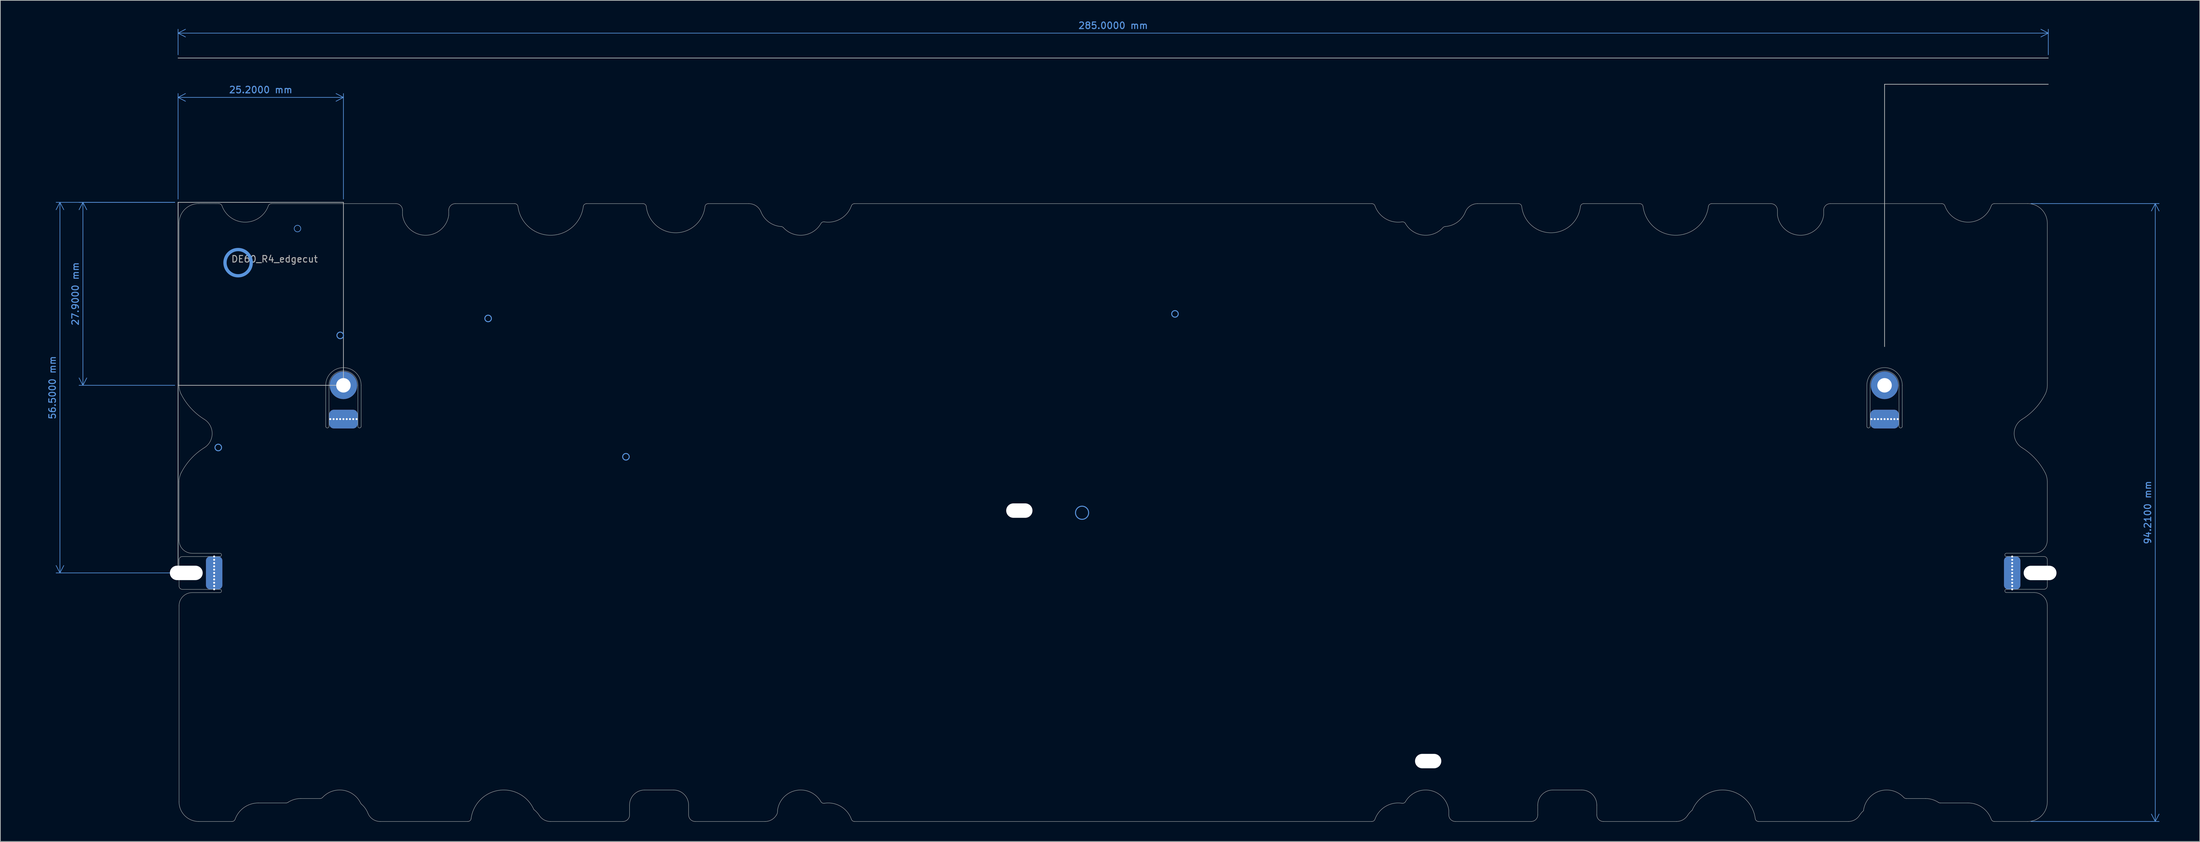
<source format=kicad_pcb>
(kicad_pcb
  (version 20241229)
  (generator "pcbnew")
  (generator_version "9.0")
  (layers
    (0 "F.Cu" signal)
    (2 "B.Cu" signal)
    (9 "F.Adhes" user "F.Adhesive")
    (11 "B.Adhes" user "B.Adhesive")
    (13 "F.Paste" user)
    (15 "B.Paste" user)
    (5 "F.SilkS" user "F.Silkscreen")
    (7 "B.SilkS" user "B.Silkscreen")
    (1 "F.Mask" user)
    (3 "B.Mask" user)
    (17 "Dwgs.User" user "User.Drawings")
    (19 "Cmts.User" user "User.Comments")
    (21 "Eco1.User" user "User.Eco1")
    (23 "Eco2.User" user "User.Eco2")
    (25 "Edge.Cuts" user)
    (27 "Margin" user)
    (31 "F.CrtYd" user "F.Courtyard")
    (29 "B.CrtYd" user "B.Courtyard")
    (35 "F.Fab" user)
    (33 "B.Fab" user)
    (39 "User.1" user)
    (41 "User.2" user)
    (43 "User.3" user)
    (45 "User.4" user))
  (footprint "DE60_R4_edgecut"
    (layer "F.Cu")
    (at 33.235 36.998)
    (property "Reference" "DE60_R4_edgecut" (at 5.55 -0.55 0) (unlocked yes) (layer "F.Fab") (effects (font (size 1 1) (thickness 0.15))))
    (fp_line (start -9.15 -31.2) (end 275.85 -31.2) (stroke (width 0.1) (type default)) (layer "Dwgs.User"))
    (fp_line (start -9.15 -9.2) (end -9.15 47.3) (stroke (width 0.1) (type default)) (layer "Dwgs.User"))
    (fp_line (start -9.15 18.7) (end -9.15 -9.2) (stroke (width 0.1) (type default)) (layer "Dwgs.User"))
    (fp_line (start -9.15 18.7) (end 16.05 18.7) (stroke (width 0.1) (type default)) (layer "Dwgs.User"))
    (fp_line (start 16.05 -9.2) (end -9.15 -9.2) (stroke (width 0.1) (type default)) (layer "Dwgs.User"))
    (fp_line (start 16.05 -9.2) (end 16.05 18.7) (stroke (width 0.1) (type default)) (layer "Dwgs.User"))
    (fp_line (start 250.9 -27.2) (end 250.9 12.8) (stroke (width 0.1) (type default)) (layer "Dwgs.User"))
    (fp_line (start 275.85 -27.2) (end 250.9 -27.2) (stroke (width 0.1) (type default)) (layer "Dwgs.User"))
    (fp_circle (center -3.023 28.179) (end -3.023 27.679) (stroke (width 0.15) (type default)) (fill no) (layer "Cmts.User"))
    (fp_circle (center 0 0) (end 2 0) (stroke (width 0.5) (type solid)) (fill no) (layer "Cmts.User"))
    (fp_circle (center 9.05 -5.2) (end 9.05 -5.7) (stroke (width 0.1) (type default)) (fill no) (layer "Cmts.User"))
    (fp_circle (center 15.56 11.085) (end 16.06 11.085) (stroke (width 0.15) (type default)) (fill no) (layer "Cmts.User"))
    (fp_circle (center 38.1 8.505) (end 38.6 8.505) (stroke (width 0.15) (type default)) (fill no) (layer "Cmts.User"))
    (fp_circle (center 59.102 29.595) (end 59.602 29.595) (stroke (width 0.15) (type default)) (fill no) (layer "Cmts.User"))
    (fp_circle (center 128.61 38.13) (end 129.61 38.13) (stroke (width 0.15) (type default)) (fill no) (layer "Cmts.User"))
    (fp_circle (center 142.768 7.809) (end 142.768 7.309) (stroke (width 0.15) (type default)) (fill no) (layer "Cmts.User"))
    (fp_line (start -9 33.4) (end -9 42.308) (stroke (width 0.05) (type solid)) (layer "Edge.Cuts"))
    (fp_line (start -9 45.308) (end -9 49.308) (stroke (width 0.05) (type solid)) (layer "Edge.Cuts"))
    (fp_line (start -9 -6.01) (end -9 18.7) (stroke (width 0.05) (type solid)) (layer "Edge.Cuts"))
    (fp_line (start -9 52.308) (end -9 82.2) (stroke (width 0.05) (type solid)) (layer "Edge.Cuts"))
    (fp_line (start -7 44.308) (end -2.775 44.308) (stroke (width 0.05) (type solid)) (layer "Edge.Cuts"))
    (fp_line (start -6 -9.01) (end -2.929 -9) (stroke (width 0.05) (type solid)) (layer "Edge.Cuts"))
    (fp_line (start -2.775 44.808) (end -8.5 44.808) (stroke (width 0.05) (type solid)) (layer "Edge.Cuts"))
    (fp_line (start -2.775 49.808) (end -8.5 49.808) (stroke (width 0.05) (type solid)) (layer "Edge.Cuts"))
    (fp_line (start -2.775 50.308) (end -7 50.308) (stroke (width 0.05) (type solid)) (layer "Edge.Cuts"))
    (fp_line (start -0.929 85.2) (end -6 85.2) (stroke (width 0.05) (type solid)) (layer "Edge.Cuts"))
    (fp_line (start 5.079 -9) (end 24.053 -9) (stroke (width 0.05) (type solid)) (layer "Edge.Cuts"))
    (fp_line (start 7.31 82.375) (end 3.075 82.375) (stroke (width 0.05) (type solid)) (layer "Edge.Cuts"))
    (fp_line (start 12.499 81.7) (end 9.549 81.7) (stroke (width 0.05) (type solid)) (layer "Edge.Cuts"))
    (fp_line (start 13.35 24.95) (end 13.35 18.7) (stroke (width 0.05) (type default)) (layer "Edge.Cuts"))
    (fp_line (start 13.85 18.7) (end 13.85 24.95) (stroke (width 0.05) (type default)) (layer "Edge.Cuts"))
    (fp_line (start 18.25 24.95) (end 18.25 18.7) (stroke (width 0.05) (type default)) (layer "Edge.Cuts"))
    (fp_line (start 18.75 18.7) (end 18.75 24.95) (stroke (width 0.05) (type default)) (layer "Edge.Cuts"))
    (fp_line (start 25.053 -8) (end 25.053 -7.25) (stroke (width 0.05) (type solid)) (layer "Edge.Cuts"))
    (fp_line (start 32.097 -8) (end 32.097 -7.25) (stroke (width 0.05) (type solid)) (layer "Edge.Cuts"))
    (fp_line (start 33.097 -9) (end 42.151 -9) (stroke (width 0.05) (type solid)) (layer "Edge.Cuts"))
    (fp_line (start 35.009 85.2) (end 21.639 85.2) (stroke (width 0.05) (type solid)) (layer "Edge.Cuts"))
    (fp_line (start 53.099 -9) (end 61.706 -9) (stroke (width 0.05) (type solid)) (layer "Edge.Cuts"))
    (fp_line (start 58.65 85.2) (end 47.582 85.2) (stroke (width 0.05) (type solid)) (layer "Edge.Cuts"))
    (fp_line (start 59.65 82.7) (end 59.65 84.2) (stroke (width 0.05) (type solid)) (layer "Edge.Cuts"))
    (fp_line (start 61.95 80.4) (end 66.35 80.4) (stroke (width 0.05) (type solid)) (layer "Edge.Cuts"))
    (fp_line (start 68.65 82.7) (end 68.65 84.2) (stroke (width 0.05) (type solid)) (layer "Edge.Cuts"))
    (fp_line (start 71.644 -9) (end 77.822 -9) (stroke (width 0.05) (type solid)) (layer "Edge.Cuts"))
    (fp_line (start 80.306 85.2) (end 69.65 85.2) (stroke (width 0.05) (type solid)) (layer "Edge.Cuts"))
    (fp_line (start 82.206 83.652) (end 82.206 83.466) (stroke (width 0.05) (type solid)) (layer "Edge.Cuts"))
    (fp_line (start 93.929 -9) (end 172.771 -9) (stroke (width 0.05) (type solid)) (layer "Edge.Cuts"))
    (fp_line (start 172.771 85.2) (end 93.929 85.2) (stroke (width 0.05) (type solid)) (layer "Edge.Cuts"))
    (fp_line (start 184.493 84.2) (end 184.493 83.466) (stroke (width 0.05) (type solid)) (layer "Edge.Cuts"))
    (fp_line (start 188.878 -9) (end 195.113 -9) (stroke (width 0.05) (type solid)) (layer "Edge.Cuts"))
    (fp_line (start 197.05 85.2) (end 185.493 85.2) (stroke (width 0.05) (type solid)) (layer "Edge.Cuts"))
    (fp_line (start 198.05 82.7) (end 198.05 84.2) (stroke (width 0.05) (type solid)) (layer "Edge.Cuts"))
    (fp_line (start 204.75 80.4) (end 200.35 80.4) (stroke (width 0.05) (type solid)) (layer "Edge.Cuts"))
    (fp_line (start 205.051 -9) (end 213.601 -9) (stroke (width 0.05) (type solid)) (layer "Edge.Cuts"))
    (fp_line (start 207.05 82.7) (end 207.05 84.2) (stroke (width 0.05) (type solid)) (layer "Edge.Cuts"))
    (fp_line (start 208.05 85.2) (end 219.195 85.2) (stroke (width 0.05) (type solid)) (layer "Edge.Cuts"))
    (fp_line (start 224.549 -9) (end 233.577 -9) (stroke (width 0.05) (type solid)) (layer "Edge.Cuts"))
    (fp_line (start 231.691 85.2) (end 245.387 85.2) (stroke (width 0.05) (type solid)) (layer "Edge.Cuts"))
    (fp_line (start 234.577 -8) (end 234.577 -7.25) (stroke (width 0.05) (type solid)) (layer "Edge.Cuts"))
    (fp_line (start 241.621 -8) (end 241.621 -7.25) (stroke (width 0.05) (type solid)) (layer "Edge.Cuts"))
    (fp_line (start 242.621 -9) (end 259.621 -9) (stroke (width 0.05) (type solid)) (layer "Edge.Cuts"))
    (fp_line (start 247.7 83.545) (end 247.7 83.466) (stroke (width 0.05) (type solid)) (layer "Edge.Cuts"))
    (fp_line (start 248.2 24.95) (end 248.2 18.7) (stroke (width 0.05) (type default)) (layer "Edge.Cuts"))
    (fp_line (start 248.7 18.7) (end 248.7 24.95) (stroke (width 0.05) (type default)) (layer "Edge.Cuts"))
    (fp_line (start 253.1 24.95) (end 253.1 18.7) (stroke (width 0.05) (type default)) (layer "Edge.Cuts"))
    (fp_line (start 253.6 18.7) (end 253.6 24.95) (stroke (width 0.05) (type default)) (layer "Edge.Cuts"))
    (fp_line (start 257.149 81.7) (end 254.201 81.7) (stroke (width 0.05) (type solid)) (layer "Edge.Cuts"))
    (fp_line (start 263.625 82.375) (end 259.389 82.375) (stroke (width 0.05) (type solid)) (layer "Edge.Cuts"))
    (fp_line (start 267.629 -9) (end 272.7 -9.01) (stroke (width 0.05) (type solid)) (layer "Edge.Cuts"))
    (fp_line (start 269.475 44.3) (end 273.7 44.3) (stroke (width 0.05) (type solid)) (layer "Edge.Cuts"))
    (fp_line (start 269.475 44.8) (end 275.2 44.8) (stroke (width 0.05) (type solid)) (layer "Edge.Cuts"))
    (fp_line (start 269.475 49.8) (end 275.2 49.8) (stroke (width 0.05) (type solid)) (layer "Edge.Cuts"))
    (fp_line (start 272.7 85.2) (end 267.629 85.2) (stroke (width 0.05) (type solid)) (layer "Edge.Cuts"))
    (fp_line (start 273.7 50.3) (end 269.475 50.3) (stroke (width 0.05) (type solid)) (layer "Edge.Cuts"))
    (fp_line (start 275.7 18.7) (end 275.7 -6.01) (stroke (width 0.05) (type default)) (layer "Edge.Cuts"))
    (fp_line (start 275.7 52.3) (end 275.7 82.2) (stroke (width 0.05) (type solid)) (layer "Edge.Cuts"))
    (fp_line (start 275.7 42.3) (end 275.7 33.4) (stroke (width 0.05) (type solid)) (layer "Edge.Cuts"))
    (fp_line (start 275.7 49.3) (end 275.7 45.3) (stroke (width 0.05) (type solid)) (layer "Edge.Cuts"))
    (fp_arc (start -9.000012 33.399905) (mid -8.915486 32.692802) (end -8.666682 32.025542) (stroke (width 0.05) (type solid)) (layer "Edge.Cuts"))
    (fp_arc (start -9.000007 45.308023) (mid -8.85356 44.95447) (end -8.500007 44.808023) (stroke (width 0.05) (type default)) (layer "Edge.Cuts"))
    (fp_arc (start -9.000006 -6.01) (mid -8.121325 -8.131319) (end -6.000006 -9.01) (stroke (width 0.05) (type solid)) (layer "Edge.Cuts"))
    (fp_arc (start -9.000006 52.308024) (mid -8.41422 50.89381) (end -7.000006 50.308024) (stroke (width 0.05) (type solid)) (layer "Edge.Cuts"))
    (fp_arc (start -8.666682 20.074459) (mid -8.915489 19.4072) (end -9.000012 18.700096) (stroke (width 0.05) (type solid)) (layer "Edge.Cuts"))
    (fp_arc (start -8.666682 32.025542) (mid -7.167457 29.882365) (end -5.152445 28.214851) (stroke (width 0.05) (type solid)) (layer "Edge.Cuts"))
    (fp_arc (start -8.500006 49.808024) (mid -8.853559 49.661577) (end -9.000006 49.308024) (stroke (width 0.05) (type default)) (layer "Edge.Cuts"))
    (fp_arc (start -7 44.308023) (mid -8.414214 43.722237) (end -9 42.308023) (stroke (width 0.05) (type solid)) (layer "Edge.Cuts"))
    (fp_arc (start -6.000012 85.200002) (mid -8.12133 84.321321) (end -9.000012 82.200002) (stroke (width 0.05) (type solid)) (layer "Edge.Cuts"))
    (fp_arc (start -5.152445 23.885149) (mid -7.167455 22.217633) (end -8.666682 20.074459) (stroke (width 0.05) (type solid)) (layer "Edge.Cuts"))
    (fp_arc (start -5.152445 23.885149) (mid -3.950007 26.05) (end -5.152445 28.214851) (stroke (width 0.05) (type solid)) (layer "Edge.Cuts"))
    (fp_arc (start -2.92938 -8.999999) (mid -2.641144 -8.908568) (end -2.458339 -8.66769) (stroke (width 0.05) (type solid)) (layer "Edge.Cuts"))
    (fp_arc (start -2.774936 49.808024) (mid -2.524936 50.058024) (end -2.774936 50.308024) (stroke (width 0.05) (type default)) (layer "Edge.Cuts"))
    (fp_arc (start -2.77493 44.308023) (mid -2.52493 44.558023) (end -2.77493 44.808023) (stroke (width 0.05) (type default)) (layer "Edge.Cuts"))
    (fp_arc (start -0.458319 84.867853) (mid -0.641139 85.108615) (end -0.929303 85.200002) (stroke (width 0.05) (type solid)) (layer "Edge.Cuts"))
    (fp_arc (start -0.458319 84.867853) (mid 0.913087 83.061411) (end 3.074764 82.374997) (stroke (width 0.05) (type solid)) (layer "Edge.Cuts"))
    (fp_arc (start 4.608336 -8.66769) (mid 1.074999 -6.175) (end -2.458339 -8.66769) (stroke (width 0.05) (type solid)) (layer "Edge.Cuts"))
    (fp_arc (start 4.608336 -8.66769) (mid 4.791139 -8.908572) (end 5.079377 -8.999999) (stroke (width 0.05) (type solid)) (layer "Edge.Cuts"))
    (fp_arc (start 7.586231 82.291665) (mid 7.454186 82.353723) (end 7.309847 82.374997) (stroke (width 0.05) (type solid)) (layer "Edge.Cuts"))
    (fp_arc (start 7.586231 82.291665) (mid 8.523769 81.851151) (end 9.548559 81.700004) (stroke (width 0.05) (type solid)) (layer "Edge.Cuts"))
    (fp_arc (start 12.866038 81.539363) (mid 12.699242 81.658099) (end 12.498839 81.700004) (stroke (width 0.05) (type solid)) (layer "Edge.Cuts"))
    (fp_arc (start 12.866038 81.539363) (mid 15.999883 80.435614) (end 18.677427 82.402848) (stroke (width 0.05) (type solid)) (layer "Edge.Cuts"))
    (fp_arc (start 13.350002 18.700312) (mid 16.050001 16.000313) (end 18.75 18.700312) (stroke (width 0.05) (type default)) (layer "Edge.Cuts"))
    (fp_arc (start 13.850001 18.700312) (mid 16.050001 16.500312) (end 18.250001 18.700312) (stroke (width 0.05) (type default)) (layer "Edge.Cuts"))
    (fp_arc (start 13.850001 24.949708) (mid 13.600001 25.199708) (end 13.350001 24.949708) (stroke (width 0.05) (type default)) (layer "Edge.Cuts"))
    (fp_arc (start 18.750001 24.949708) (mid 18.500001 25.199708) (end 18.250001 24.949708) (stroke (width 0.05) (type default)) (layer "Edge.Cuts"))
    (fp_arc (start 18.800812 82.563488) (mid 18.730898 82.489482) (end 18.677427 82.402848) (stroke (width 0.05) (type solid)) (layer "Edge.Cuts"))
    (fp_arc (start 18.800812 82.563488) (mid 19.374086 83.19265) (end 19.781421 83.940026) (stroke (width 0.05) (type solid)) (layer "Edge.Cuts"))
    (fp_arc (start 21.639475 85.200003) (mid 20.517007 84.855289) (end 19.781421 83.940026) (stroke (width 0.05) (type solid)) (layer "Edge.Cuts"))
    (fp_arc (start 24.052993 -8.999999) (mid 24.760055 -8.707088) (end 25.052993 -7.999999) (stroke (width 0.05) (type solid)) (layer "Edge.Cuts"))
    (fp_arc (start 32.097247 -7.999999) (mid 32.390123 -8.707138) (end 33.097247 -8.999999) (stroke (width 0.05) (type solid)) (layer "Edge.Cuts"))
    (fp_arc (start 32.097247 -7.249503) (mid 28.57512 -4.181) (end 25.052993 -7.249503) (stroke (width 0.05) (type solid)) (layer "Edge.Cuts"))
    (fp_arc (start 35.504689 84.764844) (mid 35.338749 85.075792) (end 35.008911 85.200003) (stroke (width 0.05) (type solid)) (layer "Edge.Cuts"))
    (fp_arc (start 35.504689 84.764844) (mid 39.760491 80.448985) (end 45.067226 83.377642) (stroke (width 0.05) (type solid)) (layer "Edge.Cuts"))
    (fp_arc (start 42.151013 -8.999999) (mid 42.481407 -8.875302) (end 42.64698 -8.563377) (stroke (width 0.05) (type solid)) (layer "Edge.Cuts"))
    (fp_arc (start 45.067226 83.377642) (mid 45.522914 83.794468) (end 45.900636 84.283056) (stroke (width 0.05) (type solid)) (layer "Edge.Cuts"))
    (fp_arc (start 47.582001 85.2) (mid 46.624435 84.955858) (end 45.900636 84.283056) (stroke (width 0.05) (type solid)) (layer "Edge.Cuts"))
    (fp_arc (start 52.603023 -8.563377) (mid 47.625002 -4.181001) (end 42.64698 -8.563377) (stroke (width 0.05) (type solid)) (layer "Edge.Cuts"))
    (fp_arc (start 52.603023 -8.563377) (mid 52.768592 -8.875304) (end 53.09899 -8.999999) (stroke (width 0.05) (type solid)) (layer "Edge.Cuts"))
    (fp_arc (start 59.649994 82.7) (mid 60.323654 81.073661) (end 61.949994 80.4) (stroke (width 0.05) (type solid)) (layer "Edge.Cuts"))
    (fp_arc (start 59.649994 84.200003) (mid 59.357106 84.907114) (end 58.649994 85.200003) (stroke (width 0.05) (type solid)) (layer "Edge.Cuts"))
    (fp_arc (start 61.705971 -8.999999) (mid 62.039274 -8.872669) (end 62.202874 -8.555565) (stroke (width 0.05) (type solid)) (layer "Edge.Cuts"))
    (fp_arc (start 66.349994 80.4) (mid 67.976358 81.073647) (end 68.649994 82.7) (stroke (width 0.05) (type solid)) (layer "Edge.Cuts"))
    (fp_arc (start 69.649994 85.200003) (mid 68.942905 84.907102) (end 68.649994 84.200003) (stroke (width 0.05) (type solid)) (layer "Edge.Cuts"))
    (fp_arc (start 71.147125 -8.555565) (mid 66.675 -4.555658) (end 62.202874 -8.555565) (stroke (width 0.05) (type solid)) (layer "Edge.Cuts"))
    (fp_arc (start 71.147125 -8.555565) (mid 71.310712 -8.872658) (end 71.644028 -8.999999) (stroke (width 0.05) (type solid)) (layer "Edge.Cuts"))
    (fp_arc (start 77.822403 -8.999999) (mid 78.944653 -8.655504) (end 79.680219 -7.740621) (stroke (width 0.05) (type solid)) (layer "Edge.Cuts"))
    (fp_arc (start 81.987819 84.283056) (mid 81.264031 84.955885) (end 80.306454 85.2) (stroke (width 0.05) (type solid)) (layer "Edge.Cuts"))
    (fp_arc (start 81.987819 84.283056) (mid 82.010709 84.247972) (end 82.034005 84.213156) (stroke (width 0.05) (type solid)) (layer "Edge.Cuts"))
    (fp_arc (start 82.206152 83.465503) (mid 85.048448 80.462596) (end 88.810044 82.179123) (stroke (width 0.05) (type solid)) (layer "Edge.Cuts"))
    (fp_arc (start 82.206152 83.652211) (mid 82.162151 83.945596) (end 82.034005 84.213156) (stroke (width 0.05) (type solid)) (layer "Edge.Cuts"))
    (fp_arc (start 82.754946 -5.509022) (mid 80.894549 -6.179732) (end 79.680219 -7.740621) (stroke (width 0.05) (type solid)) (layer "Edge.Cuts"))
    (fp_arc (start 82.754946 -5.509022) (mid 82.939828 -5.460521) (end 83.093011 -5.3462) (stroke (width 0.05) (type solid)) (layer "Edge.Cuts"))
    (fp_arc (start 88.814746 -5.976712) (mid 86.114661 -4.202393) (end 83.093011 -5.3462) (stroke (width 0.05) (type solid)) (layer "Edge.Cuts"))
    (fp_arc (start 88.814746 -5.976712) (mid 89.033276 -6.180232) (end 89.328825 -6.222847) (stroke (width 0.05) (type solid)) (layer "Edge.Cuts"))
    (fp_arc (start 89.323364 82.423292) (mid 89.028633 82.381246) (end 88.810044 82.179123) (stroke (width 0.05) (type solid)) (layer "Edge.Cuts"))
    (fp_arc (start 89.323364 82.423292) (mid 91.83324 82.89727) (end 93.458303 84.867852) (stroke (width 0.05) (type solid)) (layer "Edge.Cuts"))
    (fp_arc (start 93.45835 -8.667595) (mid 91.835952 -6.698023) (end 89.328825 -6.222847) (stroke (width 0.05) (type solid)) (layer "Edge.Cuts"))
    (fp_arc (start 93.45835 -8.667595) (mid 93.641141 -8.908563) (end 93.929425 -8.999999) (stroke (width 0.05) (type solid)) (layer "Edge.Cuts"))
    (fp_arc (start 93.929287 85.200003) (mid 93.641139 85.108602) (end 93.458303 84.867852) (stroke (width 0.05) (type solid)) (layer "Edge.Cuts"))
    (fp_arc (start 172.770575 -8.999999) (mid 173.058827 -8.908518) (end 173.24165 -8.667595) (stroke (width 0.05) (type solid)) (layer "Edge.Cuts"))
    (fp_arc (start 173.241685 84.867852) (mid 173.058865 85.108616) (end 172.7707 85.200003) (stroke (width 0.05) (type solid)) (layer "Edge.Cuts"))
    (fp_arc (start 173.241685 84.867852) (mid 174.866552 82.897439) (end 177.376107 82.423208) (stroke (width 0.05) (type solid)) (layer "Edge.Cuts"))
    (fp_arc (start 177.371951 -6.222972) (mid 174.86436 -6.697778) (end 173.24165 -8.667595) (stroke (width 0.05) (type solid)) (layer "Edge.Cuts"))
    (fp_arc (start 177.371951 -6.222972) (mid 177.667552 -6.18035) (end 177.886143 -5.976837) (stroke (width 0.05) (type solid)) (layer "Edge.Cuts"))
    (fp_arc (start 177.889351 82.17904) (mid 177.670794 82.38113) (end 177.376107 82.423208) (stroke (width 0.05) (type solid)) (layer "Edge.Cuts"))
    (fp_arc (start 177.889351 82.17904) (mid 181.650984 80.462547) (end 184.493195 83.465503) (stroke (width 0.05) (type solid)) (layer "Edge.Cuts"))
    (fp_arc (start 183.608001 -5.346258) (mid 180.586261 -4.202386) (end 177.886143 -5.976837) (stroke (width 0.05) (type solid)) (layer "Edge.Cuts"))
    (fp_arc (start 183.608001 -5.346258) (mid 183.761124 -5.46057) (end 183.945947 -5.50908) (stroke (width 0.05) (type solid)) (layer "Edge.Cuts"))
    (fp_arc (start 185.493195 85.200003) (mid 184.786105 84.907103) (end 184.493195 84.200003) (stroke (width 0.05) (type solid)) (layer "Edge.Cuts"))
    (fp_arc (start 187.019781 -7.740621) (mid 185.805817 -6.180005) (end 183.945947 -5.50908) (stroke (width 0.05) (type solid)) (layer "Edge.Cuts"))
    (fp_arc (start 187.019781 -7.740621) (mid 187.755372 -8.655484) (end 188.877597 -8.999999) (stroke (width 0.05) (type solid)) (layer "Edge.Cuts"))
    (fp_arc (start 195.113382 -8.999999) (mid 195.446678 -8.872665) (end 195.610285 -8.555565) (stroke (width 0.05) (type solid)) (layer "Edge.Cuts"))
    (fp_arc (start 198.049994 82.7) (mid 198.723654 81.073661) (end 200.349994 80.4) (stroke (width 0.05) (type solid)) (layer "Edge.Cuts"))
    (fp_arc (start 198.049994 84.200003) (mid 197.757106 84.907114) (end 197.049994 85.200003) (stroke (width 0.05) (type solid)) (layer "Edge.Cuts"))
    (fp_arc (start 204.554536 -8.555565) (mid 200.082411 -4.555658) (end 195.610285 -8.555565) (stroke (width 0.05) (type solid)) (layer "Edge.Cuts"))
    (fp_arc (start 204.554536 -8.555565) (mid 204.718124 -8.872654) (end 205.051439 -8.999999) (stroke (width 0.05) (type solid)) (layer "Edge.Cuts"))
    (fp_arc (start 204.749994 80.4) (mid 206.376358 81.073647) (end 207.049994 82.7) (stroke (width 0.05) (type solid)) (layer "Edge.Cuts"))
    (fp_arc (start 208.049994 85.200003) (mid 207.342905 84.907102) (end 207.049994 84.200003) (stroke (width 0.05) (type solid)) (layer "Edge.Cuts"))
    (fp_arc (start 213.60101 -8.999999) (mid 213.931406 -8.875303) (end 214.096977 -8.563377) (stroke (width 0.05) (type solid)) (layer "Edge.Cuts"))
    (fp_arc (start 220.876098 84.283058) (mid 220.152308 84.955879) (end 219.194732 85.200003) (stroke (width 0.05) (type solid)) (layer "Edge.Cuts"))
    (fp_arc (start 220.876098 84.283058) (mid 221.203423 83.850399) (end 221.592049 83.471841) (stroke (width 0.05) (type solid)) (layer "Edge.Cuts"))
    (fp_arc (start 221.592049 83.471841) (mid 226.888694 80.441891) (end 231.195299 84.764844) (stroke (width 0.05) (type solid)) (layer "Edge.Cuts"))
    (fp_arc (start 224.05302 -8.563377) (mid 219.074999 -4.181001) (end 214.096977 -8.563377) (stroke (width 0.05) (type solid)) (layer "Edge.Cuts"))
    (fp_arc (start 224.05302 -8.563377) (mid 224.218589 -8.875306) (end 224.548987 -8.999999) (stroke (width 0.05) (type solid)) (layer "Edge.Cuts"))
    (fp_arc (start 231.691076 85.200003) (mid 231.361269 85.075768) (end 231.195299 84.764844) (stroke (width 0.05) (type solid)) (layer "Edge.Cuts"))
    (fp_arc (start 233.576873 -8.999999) (mid 234.283948 -8.707095) (end 234.576873 -7.999999) (stroke (width 0.05) (type solid)) (layer "Edge.Cuts"))
    (fp_arc (start 241.621128 -7.999999) (mid 241.914003 -8.707145) (end 242.621128 -8.999999) (stroke (width 0.05) (type solid)) (layer "Edge.Cuts"))
    (fp_arc (start 241.621128 -7.249503) (mid 238.099001 -4.181001) (end 234.576873 -7.249503) (stroke (width 0.05) (type solid)) (layer "Edge.Cuts"))
    (fp_arc (start 247.068598 84.283058) (mid 246.344808 84.955879) (end 245.387232 85.200003) (stroke (width 0.05) (type solid)) (layer "Edge.Cuts"))
    (fp_arc (start 247.068598 84.283058) (mid 247.359249 83.892608) (end 247.699916 83.544937) (stroke (width 0.05) (type solid)) (layer "Edge.Cuts"))
    (fp_arc (start 247.699916 83.465503) (mid 250.156795 80.560311) (end 253.83344 81.539504) (stroke (width 0.05) (type solid)) (layer "Edge.Cuts"))
    (fp_arc (start 248.200002 18.700312) (mid 250.900001 16.000313) (end 253.6 18.700312) (stroke (width 0.05) (type default)) (layer "Edge.Cuts"))
    (fp_arc (start 248.700001 18.700312) (mid 250.900001 16.500312) (end 253.100001 18.700312) (stroke (width 0.05) (type default)) (layer "Edge.Cuts"))
    (fp_arc (start 248.700001 24.949708) (mid 248.450001 25.199708) (end 248.200001 24.949708) (stroke (width 0.05) (type default)) (layer "Edge.Cuts"))
    (fp_arc (start 253.600001 24.949708) (mid 253.350001 25.199708) (end 253.100001 24.949708) (stroke (width 0.05) (type default)) (layer "Edge.Cuts"))
    (fp_arc (start 254.200605 81.700164) (mid 254.000208 81.658249) (end 253.83344 81.539504) (stroke (width 0.05) (type solid)) (layer "Edge.Cuts"))
    (fp_arc (start 257.149111 81.700467) (mid 258.174505 81.85152) (end 259.112784 82.291843) (stroke (width 0.05) (type solid)) (layer "Edge.Cuts"))
    (fp_arc (start 259.3889 82.374997) (mid 259.244719 82.353753) (end 259.112784 82.291843) (stroke (width 0.05) (type solid)) (layer "Edge.Cuts"))
    (fp_arc (start 259.620623 -8.999999) (mid 259.908857 -8.908567) (end 260.091664 -8.66769) (stroke (width 0.05) (type solid)) (layer "Edge.Cuts"))
    (fp_arc (start 263.624988 82.374997) (mid 265.786784 83.061377) (end 267.158305 84.867866) (stroke (width 0.05) (type solid)) (layer "Edge.Cuts"))
    (fp_arc (start 267.158339 -8.66769) (mid 263.625002 -6.175) (end 260.091664 -8.66769) (stroke (width 0.05) (type solid)) (layer "Edge.Cuts"))
    (fp_arc (start 267.158339 -8.66769) (mid 267.341142 -8.908571) (end 267.62938 -8.999999) (stroke (width 0.05) (type solid)) (layer "Edge.Cuts"))
    (fp_arc (start 267.629284 85.200002) (mid 267.341144 85.108604) (end 267.158305 84.867866) (stroke (width 0.05) (type solid)) (layer "Edge.Cuts"))
    (fp_arc (start 269.47493 50.300001) (mid 269.22493 50.050001) (end 269.47493 49.800001) (stroke (width 0.05) (type default)) (layer "Edge.Cuts"))
    (fp_arc (start 269.474936 44.8) (mid 269.224936 44.55) (end 269.474936 44.3) (stroke (width 0.05) (type default)) (layer "Edge.Cuts"))
    (fp_arc (start 271.852433 28.214851) (mid 270.650019 26.050009) (end 271.852433 23.885149) (stroke (width 0.05) (type solid)) (layer "Edge.Cuts"))
    (fp_arc (start 271.852433 28.214851) (mid 273.867446 29.882366) (end 275.366669 32.025542) (stroke (width 0.05) (type solid)) (layer "Edge.Cuts"))
    (fp_arc (start 272.700006 -9.01) (mid 274.821297 -8.131291) (end 275.700006 -6.01) (stroke (width 0.05) (type solid)) (layer "Edge.Cuts"))
    (fp_arc (start 273.7 50.300001) (mid 275.114214 50.885787) (end 275.7 52.300001) (stroke (width 0.05) (type solid)) (layer "Edge.Cuts"))
    (fp_arc (start 275.200006 44.8) (mid 275.553559 44.946447) (end 275.700006 45.3) (stroke (width 0.05) (type default)) (layer "Edge.Cuts"))
    (fp_arc (start 275.366669 20.074459) (mid 273.867447 22.217638) (end 271.852433 23.885149) (stroke (width 0.05) (type solid)) (layer "Edge.Cuts"))
    (fp_arc (start 275.366669 32.025542) (mid 275.615481 32.692801) (end 275.7 33.399905) (stroke (width 0.05) (type solid)) (layer "Edge.Cuts"))
    (fp_arc (start 275.7 18.700096) (mid 275.615482 19.407202) (end 275.366669 20.074459) (stroke (width 0.05) (type solid)) (layer "Edge.Cuts"))
    (fp_arc (start 275.7 82.200002) (mid 274.821326 84.32133) (end 272.7 85.200002) (stroke (width 0.05) (type solid)) (layer "Edge.Cuts"))
    (fp_arc (start 275.700006 42.3) (mid 275.11422 43.714214) (end 273.700006 44.3) (stroke (width 0.05) (type solid)) (layer "Edge.Cuts"))
    (fp_arc (start 275.700007 49.300001) (mid 275.55356 49.653554) (end 275.200007 49.800001) (stroke (width 0.05) (type default)) (layer "Edge.Cuts"))
    (fp_line (start -3.65 49.8) (end -3.65 44.8) (stroke (width 0.12) (type solid)) (layer "User.2"))
    (fp_line (start 14.05 23.85) (end 18.05 23.85) (stroke (width 0.12) (type solid)) (layer "User.2"))
    (fp_line (start 248.9 23.85) (end 252.9 23.85) (stroke (width 0.12) (type solid)) (layer "User.2"))
    (fp_line (start 270.35 44.808) (end 270.35 49.808) (stroke (width 0.12) (type solid)) (layer "User.2"))
    (dimension (type aligned) (layer "Cmts.User") (pts (xy 24.085 27.799) (xy 24.085 84.299)) (height 18) (format (prefix "") (suffix "") (units 3) (units_format 1) (precision 4)) (style (thickness 0.1) (arrow_length 1.27) (text_position_mode 0) (arrow_direction outward) (extension_height 0.586) (extension_offset 0.5) (keep_text_aligned yes)) (gr_text "56.5000 mm" (at 4.935 56.049 90) (layer "Cmts.User") (effects (font (size 1 1) (thickness 0.15)))))
    (dimension (type aligned) (layer "Cmts.User") (pts (xy 309.085 5.799) (xy 24.085 5.799)) (height 3.8) (format (prefix "") (suffix "") (units 3) (units_format 1) (precision 4)) (style (thickness 0.1) (arrow_length 1.27) (text_position_mode 0) (arrow_direction outward) (extension_height 0.586) (extension_offset 0.5) (keep_text_aligned yes)) (gr_text "285.0000 mm" (at 166.585 0.848 0) (layer "Cmts.User") (effects (font (size 1 1) (thickness 0.15)))))
    (dimension (type aligned) (layer "Cmts.User") (pts (xy 24.085 27.799) (xy 24.085 55.699)) (height 14.5) (format (prefix "") (suffix "") (units 3) (units_format 1) (precision 4)) (style (thickness 0.1) (arrow_length 1.27) (text_position_mode 0) (arrow_direction outward) (extension_height 0.586) (extension_offset 0.5) (keep_text_aligned yes)) (gr_text "27.9000 mm" (at 8.435 41.749 90) (layer "Cmts.User") (effects (font (size 1 1) (thickness 0.15)))))
    (dimension (type aligned) (layer "Cmts.User") (pts (xy 24.085 27.799) (xy 49.285 27.799)) (height -16) (format (prefix "") (suffix "") (units 3) (units_format 1) (precision 4)) (style (thickness 0.1) (arrow_length 1.27) (text_position_mode 0) (arrow_direction outward) (extension_height 0.586) (extension_offset 0.5) (keep_text_aligned yes)) (gr_text "25.2000 mm" (at 36.685 10.649 0) (layer "Cmts.User") (effects (font (size 1 1) (thickness 0.15)))))
    (dimension (type aligned) (layer "Cmts.User") (pts (xy 305.935 27.988) (xy 305.935 122.198)) (height -19.451) (format (prefix "") (suffix "") (units 3) (units_format 1) (precision 4)) (style (thickness 0.1) (arrow_length 1.27) (text_position_mode 0) (arrow_direction outward) (extension_height 0.586) (extension_offset 0.5) (keep_text_aligned yes)) (gr_text "94.2100 mm" (at 324.236 75.093 90) (layer "Cmts.User") (effects (font (size 1 1) (thickness 0.15)))))
    (pad "" np_thru_hole oval (at -7.9 47.3 180) (size 5 2.2) (drill oval 5 2.2) (layers "*.Cu" "*.Mask"))
    (pad "" np_thru_hole circle (at -3.65 44.8 90) (size 0.3 0.3) (drill 0.3) (layers "*.Cu" "*.Mask"))
    (pad "" np_thru_hole circle (at -3.65 45.3 90) (size 0.3 0.3) (drill 0.3) (layers "*.Cu" "*.Mask"))
    (pad "" np_thru_hole circle (at -3.65 45.8 90) (size 0.3 0.3) (drill 0.3) (layers "*.Cu" "*.Mask"))
    (pad "" np_thru_hole circle (at -3.65 46.3 90) (size 0.3 0.3) (drill 0.3) (layers "*.Cu" "*.Mask"))
    (pad "" np_thru_hole circle (at -3.65 46.8 90) (size 0.3 0.3) (drill 0.3) (layers "*.Cu" "*.Mask"))
    (pad "" np_thru_hole circle (at -3.65 47.3 90) (size 0.3 0.3) (drill 0.3) (layers "*.Cu" "*.Mask"))
    (pad "" smd roundrect (at -3.65 47.3 270) (size 5 2.5) (layers "F.Cu" "F.Mask") (roundrect_rratio 0.25))
    (pad "" smd roundrect (at -3.65 47.3 90) (size 5 2.5) (layers "B.Cu" "B.Mask") (roundrect_rratio 0.25))
    (pad "" np_thru_hole circle (at -3.65 47.8 90) (size 0.3 0.3) (drill 0.3) (layers "*.Cu" "*.Mask"))
    (pad "" np_thru_hole circle (at -3.65 48.3 90) (size 0.3 0.3) (drill 0.3) (layers "*.Cu" "*.Mask"))
    (pad "" np_thru_hole circle (at -3.65 48.8 90) (size 0.3 0.3) (drill 0.3) (layers "*.Cu" "*.Mask"))
    (pad "" np_thru_hole circle (at -3.65 49.3 90) (size 0.3 0.3) (drill 0.3) (layers "*.Cu" "*.Mask"))
    (pad "" np_thru_hole circle (at -3.65 49.8 90) (size 0.3 0.3) (drill 0.3) (layers "*.Cu" "*.Mask"))
    (pad "" np_thru_hole circle (at 14.05 23.85) (size 0.3 0.3) (drill 0.3) (layers "*.Cu" "*.Mask"))
    (pad "" np_thru_hole circle (at 14.55 23.85) (size 0.3 0.3) (drill 0.3) (layers "*.Cu" "*.Mask"))
    (pad "" np_thru_hole circle (at 15.05 23.85) (size 0.3 0.3) (drill 0.3) (layers "*.Cu" "*.Mask"))
    (pad "" np_thru_hole circle (at 15.55 23.85) (size 0.3 0.3) (drill 0.3) (layers "*.Cu" "*.Mask"))
    (pad "" np_thru_hole circle (at 16.05 23.85) (size 0.3 0.3) (drill 0.3) (layers "*.Cu" "*.Mask"))
    (pad "" smd roundrect (at 16.05 23.85) (size 4.35 2.85) (layers "F.Cu" "F.Mask") (roundrect_rratio 0.25))
    (pad "" smd roundrect (at 16.05 23.85) (size 4.35 2.85) (layers "B.Cu" "B.Mask") (roundrect_rratio 0.25))
    (pad "" np_thru_hole circle (at 16.55 23.85) (size 0.3 0.3) (drill 0.3) (layers "*.Cu" "*.Mask"))
    (pad "" np_thru_hole circle (at 17.05 23.85) (size 0.3 0.3) (drill 0.3) (layers "*.Cu" "*.Mask"))
    (pad "" np_thru_hole circle (at 17.55 23.85) (size 0.3 0.3) (drill 0.3) (layers "*.Cu" "*.Mask"))
    (pad "" np_thru_hole circle (at 18.05 23.85) (size 0.3 0.3) (drill 0.3) (layers "*.Cu" "*.Mask"))
    (pad "" np_thru_hole oval (at 119.05 37.8) (size 4 2.2) (drill oval 4 2.2) (layers "*.Cu" "*.Mask"))
    (pad "" np_thru_hole oval (at 181.35 75.991) (size 4 2.2) (drill oval 4 2.2) (layers "*.Cu" "*.Mask"))
    (pad "" np_thru_hole circle (at 248.9 23.85) (size 0.3 0.3) (drill 0.3) (layers "*.Cu" "*.Mask"))
    (pad "" np_thru_hole circle (at 249.4 23.85) (size 0.3 0.3) (drill 0.3) (layers "*.Cu" "*.Mask"))
    (pad "" np_thru_hole circle (at 249.9 23.85) (size 0.3 0.3) (drill 0.3) (layers "*.Cu" "*.Mask"))
    (pad "" np_thru_hole circle (at 250.4 23.85) (size 0.3 0.3) (drill 0.3) (layers "*.Cu" "*.Mask"))
    (pad "" np_thru_hole circle (at 250.9 23.85) (size 0.3 0.3) (drill 0.3) (layers "*.Cu" "*.Mask"))
    (pad "" smd roundrect (at 250.9 23.85) (size 4.35 2.85) (layers "F.Cu" "F.Mask") (roundrect_rratio 0.25))
    (pad "" smd roundrect (at 250.9 23.85) (size 4.35 2.85) (layers "B.Cu" "B.Mask") (roundrect_rratio 0.25))
    (pad "" np_thru_hole circle (at 251.4 23.85) (size 0.3 0.3) (drill 0.3) (layers "*.Cu" "*.Mask"))
    (pad "" np_thru_hole circle (at 251.9 23.85) (size 0.3 0.3) (drill 0.3) (layers "*.Cu" "*.Mask"))
    (pad "" np_thru_hole circle (at 252.4 23.85) (size 0.3 0.3) (drill 0.3) (layers "*.Cu" "*.Mask"))
    (pad "" np_thru_hole circle (at 252.9 23.85) (size 0.3 0.3) (drill 0.3) (layers "*.Cu" "*.Mask"))
    (pad "" np_thru_hole circle (at 270.35 44.808 270) (size 0.3 0.3) (drill 0.3) (layers "*.Cu" "*.Mask"))
    (pad "" np_thru_hole circle (at 270.35 45.308 270) (size 0.3 0.3) (drill 0.3) (layers "*.Cu" "*.Mask"))
    (pad "" np_thru_hole circle (at 270.35 45.808 270) (size 0.3 0.3) (drill 0.3) (layers "*.Cu" "*.Mask"))
    (pad "" np_thru_hole circle (at 270.35 46.308 270) (size 0.3 0.3) (drill 0.3) (layers "*.Cu" "*.Mask"))
    (pad "" np_thru_hole circle (at 270.35 46.808 270) (size 0.3 0.3) (drill 0.3) (layers "*.Cu" "*.Mask"))
    (pad "" np_thru_hole circle (at 270.35 47.308 270) (size 0.3 0.3) (drill 0.3) (layers "*.Cu" "*.Mask"))
    (pad "" smd roundrect (at 270.35 47.308 90) (size 5 2.5) (layers "F.Cu" "F.Mask") (roundrect_rratio 0.25))
    (pad "" smd roundrect (at 270.35 47.308 270) (size 5 2.5) (layers "B.Cu" "B.Mask") (roundrect_rratio 0.25))
    (pad "" np_thru_hole circle (at 270.35 47.808 270) (size 0.3 0.3) (drill 0.3) (layers "*.Cu" "*.Mask"))
    (pad "" np_thru_hole circle (at 270.35 48.308 270) (size 0.3 0.3) (drill 0.3) (layers "*.Cu" "*.Mask"))
    (pad "" np_thru_hole circle (at 270.35 48.808 270) (size 0.3 0.3) (drill 0.3) (layers "*.Cu" "*.Mask"))
    (pad "" np_thru_hole circle (at 270.35 49.308 270) (size 0.3 0.3) (drill 0.3) (layers "*.Cu" "*.Mask"))
    (pad "" np_thru_hole circle (at 270.35 49.808 270) (size 0.3 0.3) (drill 0.3) (layers "*.Cu" "*.Mask"))
    (pad "" np_thru_hole oval (at 274.6 47.308) (size 5 2.2) (drill oval 5 2.2) (layers "*.Cu" "*.Mask"))
    (pad "MP" thru_hole circle (at 16.05 18.7) (size 4.2 4.2) (drill oval 2.2) (layers "*.Cu" "*.Mask"))
    (pad "MP" thru_hole circle (at 250.9 18.7) (size 4.2 4.2) (drill oval 2.2) (layers "*.Cu" "*.Mask")))
  (gr_rect
    (start -3 -3)
    (end 332.17 125.248)
    (stroke (width 0.1) (type default))
    (fill no)
    (layer "Edge.Cuts")))
</source>
